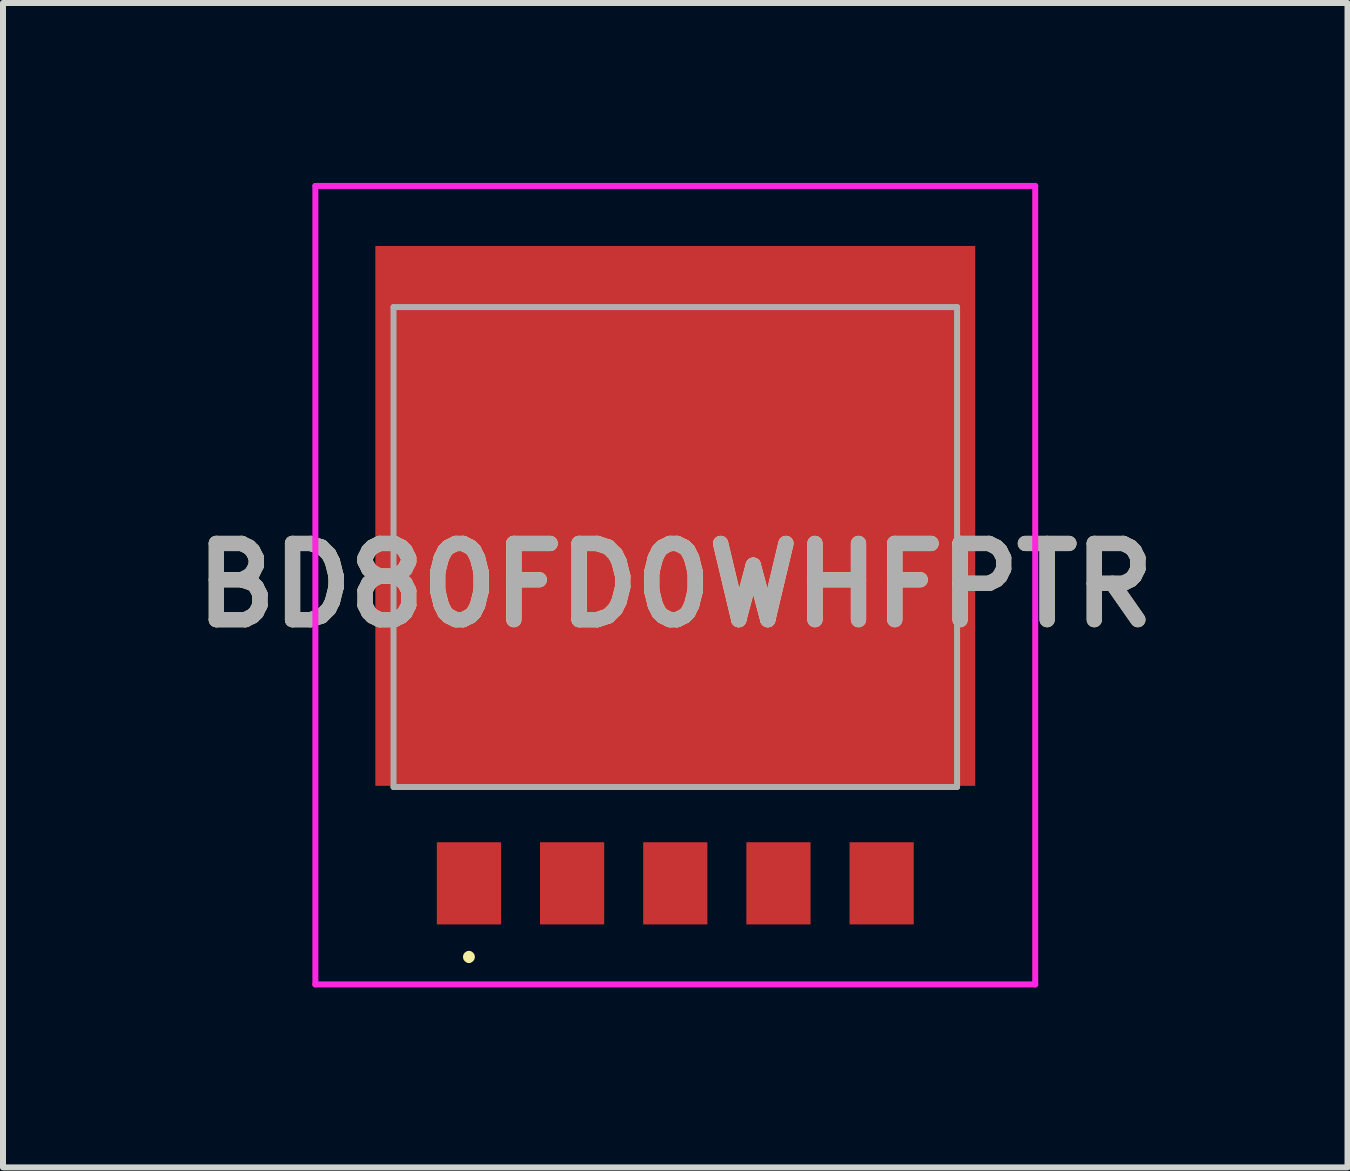
<source format=kicad_pcb>
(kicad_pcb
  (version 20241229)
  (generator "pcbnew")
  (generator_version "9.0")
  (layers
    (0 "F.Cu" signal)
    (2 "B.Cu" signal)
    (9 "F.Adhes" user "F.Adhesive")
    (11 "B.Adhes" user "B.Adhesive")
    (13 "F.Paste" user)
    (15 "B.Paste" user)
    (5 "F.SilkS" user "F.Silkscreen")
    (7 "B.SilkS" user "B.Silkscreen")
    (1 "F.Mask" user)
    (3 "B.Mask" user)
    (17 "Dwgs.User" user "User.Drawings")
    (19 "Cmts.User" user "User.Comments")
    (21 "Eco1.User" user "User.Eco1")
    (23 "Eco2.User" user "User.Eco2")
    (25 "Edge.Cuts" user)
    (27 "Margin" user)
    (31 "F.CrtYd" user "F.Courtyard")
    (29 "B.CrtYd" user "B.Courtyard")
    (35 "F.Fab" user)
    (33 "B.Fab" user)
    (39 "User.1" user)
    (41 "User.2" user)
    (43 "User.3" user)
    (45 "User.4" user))
  (footprint "BD80FD0WHFPTR"
    (layer "F.Cu")
    (at 8.207 6.705)
    (property "Reference" "BD80FD0WHFPTR" (at 0 0 0) (layer "F.SilkS") (effects (font (size 1.27 1.27) (thickness 0.254))))
    (attr smd)
    (fp_line (start -3.44 6.147) (end -3.44 6.147) (stroke (width 0.1) (type solid)) (layer "F.SilkS"))
    (fp_line (start -3.44 6.247) (end -3.44 6.247) (stroke (width 0.1) (type solid)) (layer "F.SilkS"))
    (fp_arc (start -3.44 6.147) (mid -3.39 6.197) (end -3.44 6.247) (stroke (width 0.1) (type solid)) (layer "F.SilkS"))
    (fp_arc (start -3.44 6.247) (mid -3.49 6.197) (end -3.44 6.147) (stroke (width 0.1) (type solid)) (layer "F.SilkS"))
    (fp_line (start -6 -6.655) (end 6 -6.655) (stroke (width 0.1) (type solid)) (layer "F.CrtYd"))
    (fp_line (start -6 6.655) (end -6 -6.655) (stroke (width 0.1) (type solid)) (layer "F.CrtYd"))
    (fp_line (start 6 -6.655) (end 6 6.655) (stroke (width 0.1) (type solid)) (layer "F.CrtYd"))
    (fp_line (start 6 6.655) (end -6 6.655) (stroke (width 0.1) (type solid)) (layer "F.CrtYd"))
    (fp_line (start -4.697 -4.636) (end -4.697 3.364) (stroke (width 0.1) (type solid)) (layer "F.Fab"))
    (fp_line (start -4.697 3.364) (end 4.697 3.364) (stroke (width 0.1) (type solid)) (layer "F.Fab"))
    (fp_line (start 4.697 -4.636) (end -4.697 -4.636) (stroke (width 0.1) (type solid)) (layer "F.Fab"))
    (fp_line (start 4.697 3.364) (end 4.697 -4.636) (stroke (width 0.1) (type solid)) (layer "F.Fab"))
    (fp_text user "${REFERENCE}" (at 0 0 0) (layer "F.Fab") (effects (font (size 1.27 1.27) (thickness 0.254))))
    (pad "1" smd rect (at -3.44 4.97) (size 1.07 1.37) (layers "F.Cu" "F.Mask" "F.Paste"))
    (pad "2" smd rect (at -1.72 4.97) (size 1.07 1.37) (layers "F.Cu" "F.Mask" "F.Paste"))
    (pad "3" smd rect (at 0 4.97) (size 1.07 1.37) (layers "F.Cu" "F.Mask" "F.Paste"))
    (pad "4" smd rect (at 1.72 4.97) (size 1.07 1.37) (layers "F.Cu" "F.Mask" "F.Paste"))
    (pad "5" smd rect (at 3.44 4.97) (size 1.07 1.37) (layers "F.Cu" "F.Mask" "F.Paste"))
    (pad "6" smd rect (at 0 -1.155 90) (size 9 10) (layers "F.Cu" "F.Mask" "F.Paste")))
  (gr_rect
    (start -3 -3)
    (end 19.413 16.41)
    (stroke (width 0.1) (type default))
    (fill no)
    (layer "Edge.Cuts")))
</source>
